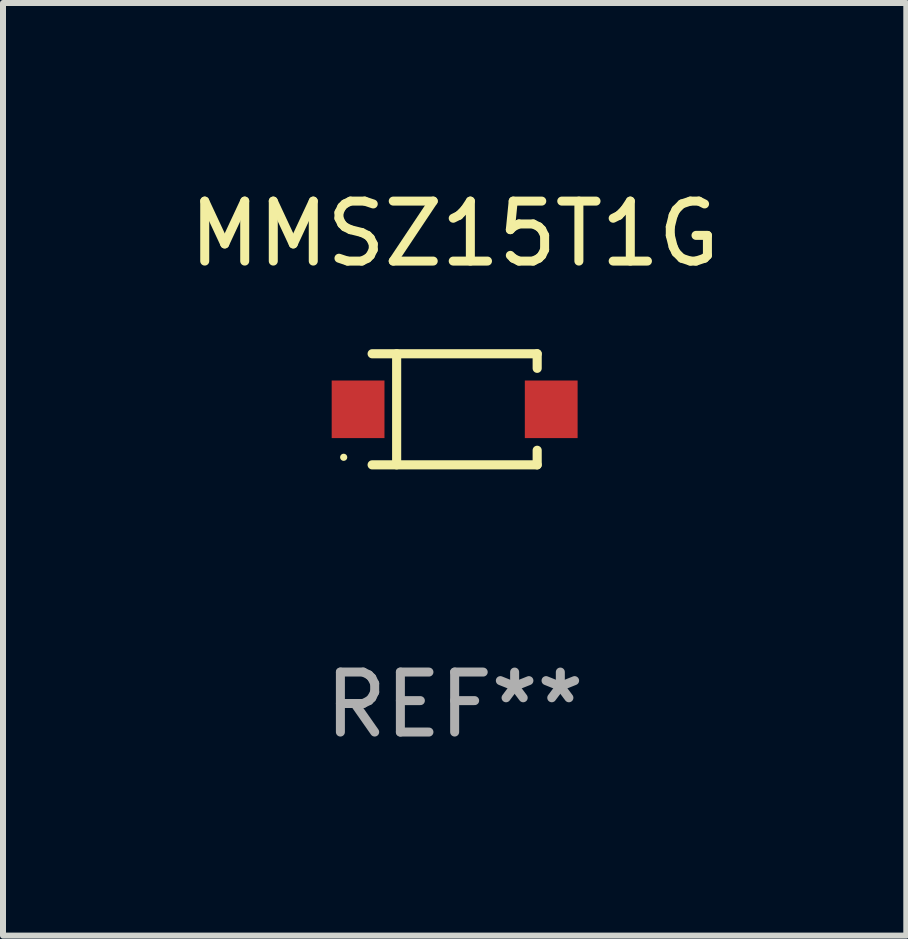
<source format=kicad_pcb>
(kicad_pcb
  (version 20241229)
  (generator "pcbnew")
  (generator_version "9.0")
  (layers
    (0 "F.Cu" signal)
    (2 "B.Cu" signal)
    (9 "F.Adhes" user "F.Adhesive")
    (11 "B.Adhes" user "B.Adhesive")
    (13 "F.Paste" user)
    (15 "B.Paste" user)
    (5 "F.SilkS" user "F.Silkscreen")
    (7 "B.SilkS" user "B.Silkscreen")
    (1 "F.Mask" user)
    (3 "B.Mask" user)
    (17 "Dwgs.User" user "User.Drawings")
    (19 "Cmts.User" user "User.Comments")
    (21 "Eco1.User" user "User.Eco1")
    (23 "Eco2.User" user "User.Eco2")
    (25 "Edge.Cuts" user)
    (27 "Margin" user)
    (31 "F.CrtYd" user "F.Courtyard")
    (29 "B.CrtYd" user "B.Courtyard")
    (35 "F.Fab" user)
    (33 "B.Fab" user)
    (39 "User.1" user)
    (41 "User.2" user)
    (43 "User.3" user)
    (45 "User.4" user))
  (footprint "MMSZ15T1G"
    (layer "F.Cu")
    (at 4.53 3.774)
    (property "Reference" "MMSZ15T1G" (at 0 -2.926 0) (layer "F.SilkS") (effects (font (size 1 1) (thickness 0.15))))
    (attr through_hole)
    (fp_line (start -1.376 -0.926) (end 1.376 -0.926) (stroke (width 0.152) (type solid)) (layer "F.SilkS"))
    (fp_line (start -1.376 0.926) (end 1.376 0.926) (stroke (width 0.152) (type solid)) (layer "F.SilkS"))
    (fp_line (start -0.967 -0.926) (end -0.967 0.926) (stroke (width 0.152) (type solid)) (layer "F.SilkS"))
    (fp_line (start 1.376 -0.926) (end 1.376 -0.683) (stroke (width 0.152) (type solid)) (layer "F.SilkS"))
    (fp_line (start 1.376 0.926) (end 1.376 0.683) (stroke (width 0.152) (type solid)) (layer "F.SilkS"))
    (fp_circle (center -1.85 0.8) (end -1.82 0.8) (stroke (width 0.06) (type solid)) (fill no) (layer "F.SilkS"))
    (fp_text user "REF**" (at 0 4.926 0) (layer "F.Fab") (effects (font (size 1 1) (thickness 0.15))))
    (pad "1" smd rect (at -1.61 0) (size 0.88 0.96) (layers "F.Cu" "F.Mask" "F.Paste"))
    (pad "2" smd rect (at 1.61 0) (size 0.88 0.96) (layers "F.Cu" "F.Mask" "F.Paste")))
  (gr_rect
    (start -3 -3)
    (end 12.06 12.549)
    (stroke (width 0.1) (type default))
    (fill no)
    (layer "Edge.Cuts")))
</source>
